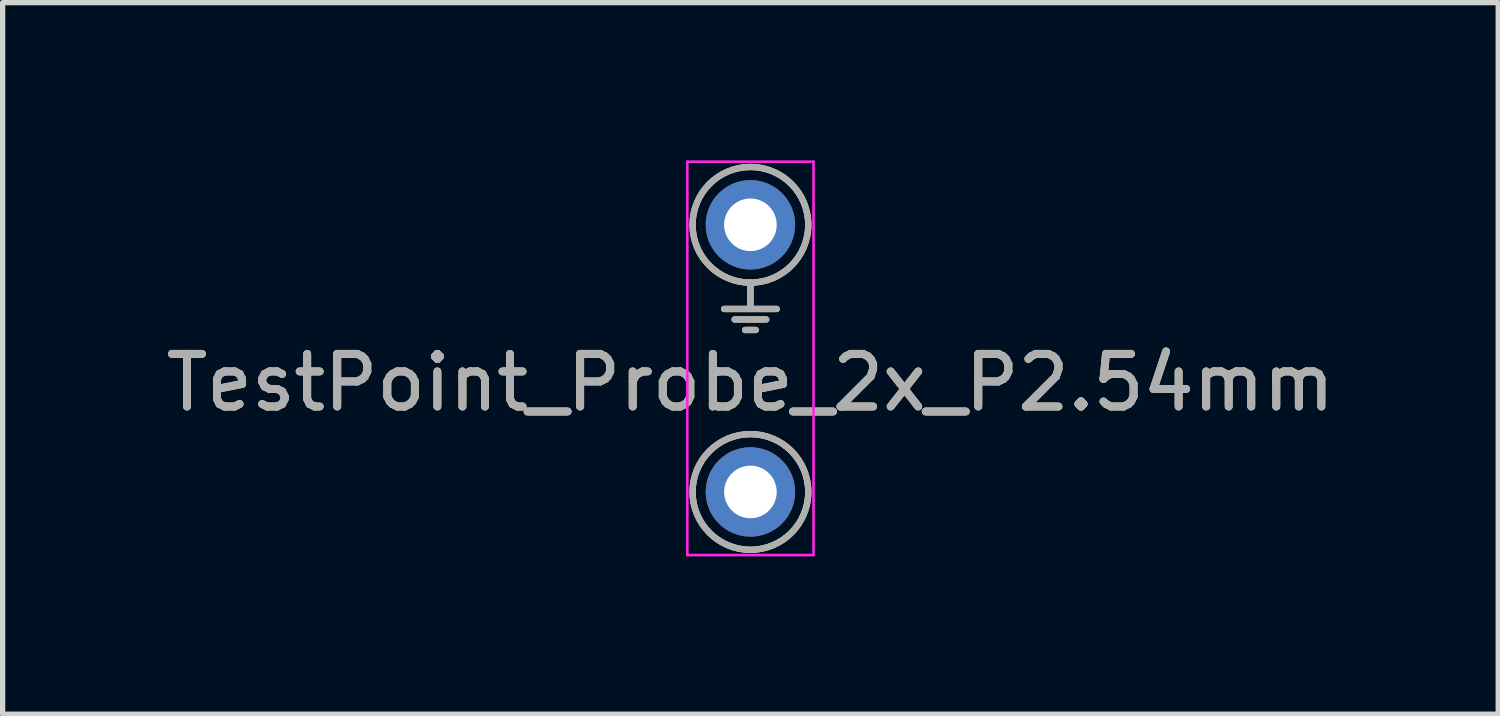
<source format=kicad_pcb>
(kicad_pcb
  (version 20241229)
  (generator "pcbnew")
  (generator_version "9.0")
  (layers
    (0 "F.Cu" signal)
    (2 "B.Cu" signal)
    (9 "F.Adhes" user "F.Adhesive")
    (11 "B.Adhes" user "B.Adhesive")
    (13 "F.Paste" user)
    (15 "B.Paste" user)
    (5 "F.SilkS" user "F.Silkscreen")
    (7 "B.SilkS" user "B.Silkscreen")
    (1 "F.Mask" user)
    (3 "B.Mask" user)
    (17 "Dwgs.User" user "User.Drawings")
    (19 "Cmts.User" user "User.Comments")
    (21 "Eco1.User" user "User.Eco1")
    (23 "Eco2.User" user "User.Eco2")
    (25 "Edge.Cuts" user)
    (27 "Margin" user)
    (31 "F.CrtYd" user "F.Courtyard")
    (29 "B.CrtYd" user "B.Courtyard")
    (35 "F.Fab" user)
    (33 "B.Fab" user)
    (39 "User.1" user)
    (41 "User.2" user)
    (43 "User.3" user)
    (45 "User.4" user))
  (footprint "TestPoint_Probe_2x_P2.54mm"
    (layer "F.Cu")
    (at 11.22 1.225)
    (property "Reference" "TestPoint_Probe_2x_P2.54mm" (at 0 3 0) (layer "F.SilkS") (effects (font (size 1 1) (thickness 0.15))))
    (attr through_hole)
    (fp_line (start -0.5 1.6) (end 0.5 1.6) (stroke (width 0.12) (type default)) (layer "F.SilkS"))
    (fp_line (start -0.3 1.8) (end 0.3 1.8) (stroke (width 0.12) (type default)) (layer "F.SilkS"))
    (fp_line (start -0.1 2) (end 0.1 2) (stroke (width 0.12) (type default)) (layer "F.SilkS"))
    (fp_line (start 0 1.1) (end 0 1.6) (stroke (width 0.12) (type default)) (layer "F.SilkS"))
    (fp_circle (center 0 0) (end 1.1 0) (stroke (width 0.12) (type solid)) (fill no) (layer "F.SilkS"))
    (fp_circle (center 0 5.08) (end 1.1 5.08) (stroke (width 0.12) (type solid)) (fill no) (layer "F.SilkS"))
    (fp_line (start -1.2 -1.2) (end -1.2 6.28) (stroke (width 0.05) (type solid)) (layer "F.CrtYd"))
    (fp_line (start -1.2 6.28) (end 1.2 6.28) (stroke (width 0.05) (type solid)) (layer "F.CrtYd"))
    (fp_line (start 1.2 -1.2) (end -1.2 -1.2) (stroke (width 0.05) (type solid)) (layer "F.CrtYd"))
    (fp_line (start 1.2 6.28) (end 1.2 -1.2) (stroke (width 0.05) (type solid)) (layer "F.CrtYd"))
    (fp_line (start -0.5 1.6) (end 0.5 1.6) (stroke (width 0.12) (type default)) (layer "F.Fab"))
    (fp_line (start -0.3 1.8) (end 0.3 1.8) (stroke (width 0.12) (type default)) (layer "F.Fab"))
    (fp_line (start -0.1 2) (end 0.1 2) (stroke (width 0.12) (type default)) (layer "F.Fab"))
    (fp_line (start 0 1.1) (end 0 1.6) (stroke (width 0.12) (type default)) (layer "F.Fab"))
    (fp_circle (center 0 0) (end 1.1 0) (stroke (width 0.12) (type solid)) (fill no) (layer "F.Fab"))
    (fp_circle (center 0 5.08) (end 1.1 5.08) (stroke (width 0.12) (type solid)) (fill no) (layer "F.Fab"))
    (fp_text user "${REFERENCE}" (at 0 3 180) (layer "F.Fab") (effects (font (size 1 1) (thickness 0.15))))
    (pad "1" thru_hole circle (at 0 0) (size 1.7 1.7) (drill 1) (property pad_prop_testpoint) (layers "*.Cu" "*.Mask"))
    (pad "2" thru_hole oval (at 0 5.08) (size 1.7 1.7) (drill 1) (property pad_prop_testpoint) (layers "*.Cu" "*.Mask")))
  (gr_rect
    (start -3 -3)
    (end 25.44 10.53)
    (stroke (width 0.1) (type default))
    (fill no)
    (layer "Edge.Cuts")))
</source>
